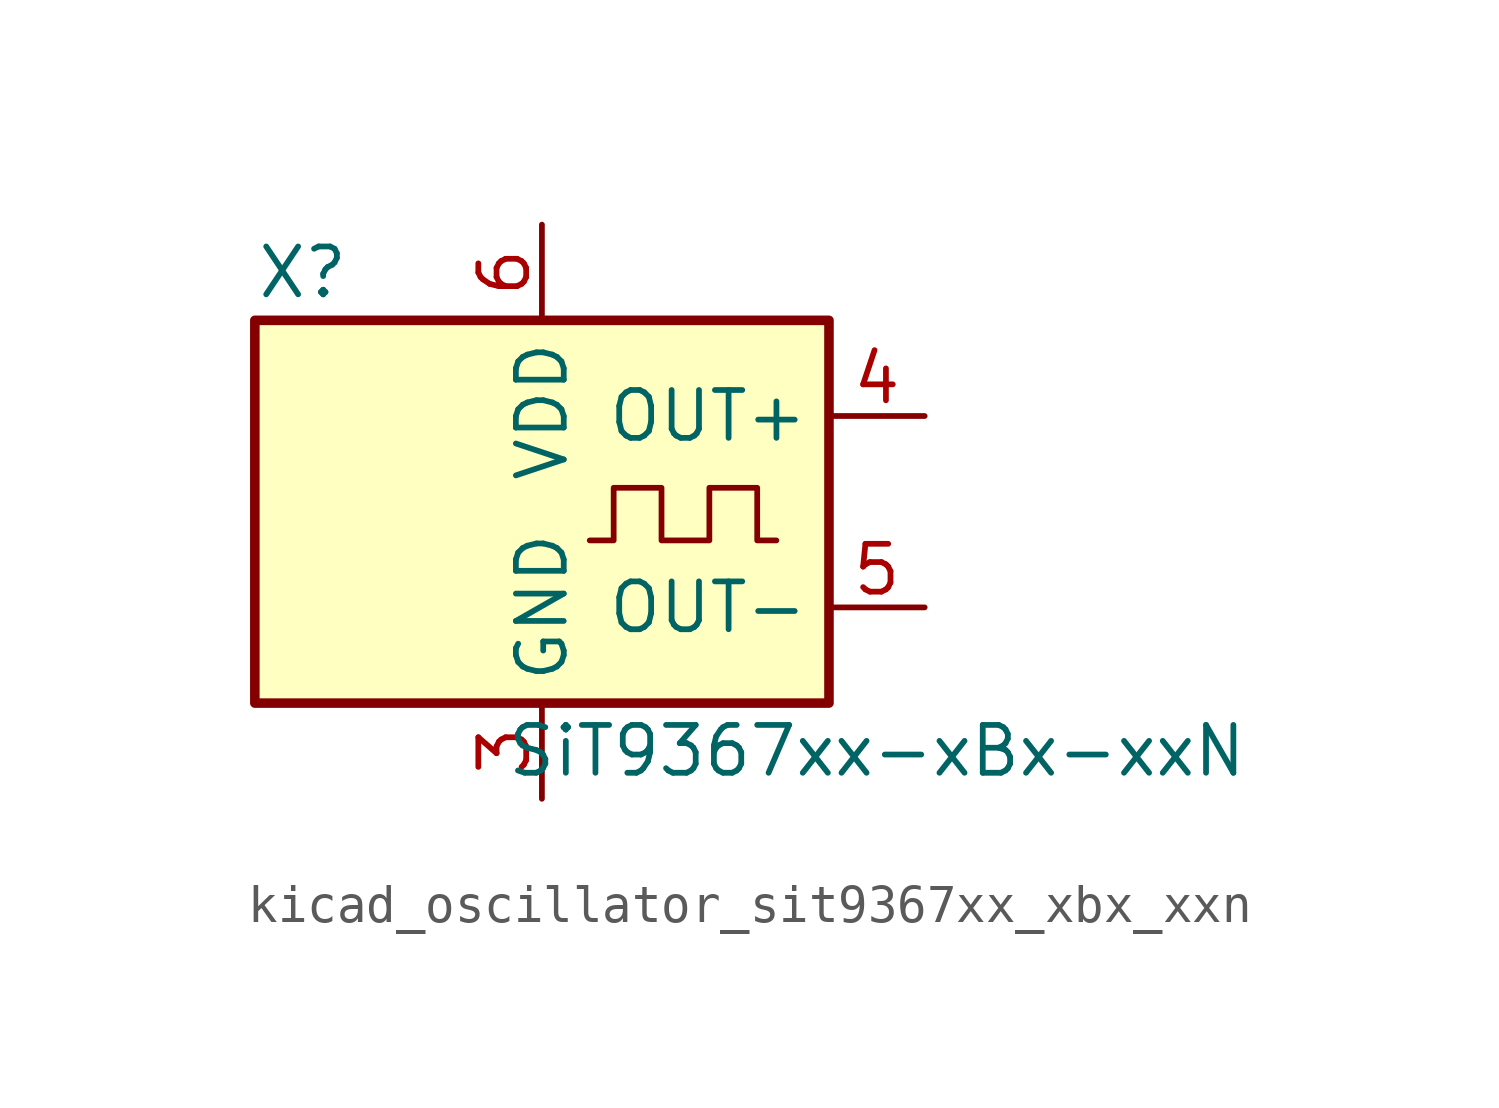
<source format=kicad_sym>
(kicad_symbol_lib
  (version 20220914)
  (generator kicad_symbol_editor)
  (symbol "kicad_oscillator_sit9367xx_xbx_xxn"
    (property "Reference" "X"
      (at -6.35 6.35 0)
      (effects (font (size 1.27 1.27))))
    (property "Value" "SiT9367xx-xBx-xxN"
      (at 8.89 -6.35 0)
      (effects (font (size 1.27 1.27))))
    (symbol "kicad_oscillator_sit9367xx_xbx_xxn_0_1"
      (rectangle (start -7.62 5.08) (end 7.62 -5.08) (stroke (width 0.254) (type default)) (fill (type background)))
      (polyline (pts (xy 1.27 -0.762) (xy 1.905 -0.762) (xy 1.905 0.635) (xy 3.175 0.635) (xy 3.175 -0.762) (xy 4.445 -0.762) (xy 4.445 0.635) (xy 5.715 0.635) (xy 5.715 -0.762) (xy 6.223 -0.762)) (stroke (width 0) (type default)) (fill (type none))))
    (symbol "kicad_oscillator_sit9367xx_xbx_xxn_1_1"
      (pin no_connect line (at -7.62 0 0) (length 2.54) hide (name "NC" (effects (font (size 1.27 1.27)))) (number "1" (effects (font (size 1.27 1.27)))))
      (pin no_connect line (at -7.62 2.54 0) (length 2.54) hide (name "NC" (effects (font (size 1.27 1.27)))) (number "2" (effects (font (size 1.27 1.27)))))
      (pin power_in line (at 0 -7.62 90) (length 2.54) (name "GND" (effects (font (size 1.27 1.27)))) (number "3" (effects (font (size 1.27 1.27)))))
      (pin output line (at 10.16 2.54 180) (length 2.54) (name "OUT+" (effects (font (size 1.27 1.27)))) (number "4" (effects (font (size 1.27 1.27)))))
      (pin output line (at 10.16 -2.54 180) (length 2.54) (name "OUT-" (effects (font (size 1.27 1.27)))) (number "5" (effects (font (size 1.27 1.27)))))
      (pin power_in line (at 0 7.62 270) (length 2.54) (name "VDD" (effects (font (size 1.27 1.27)))) (number "6" (effects (font (size 1.27 1.27))))))))
</source>
